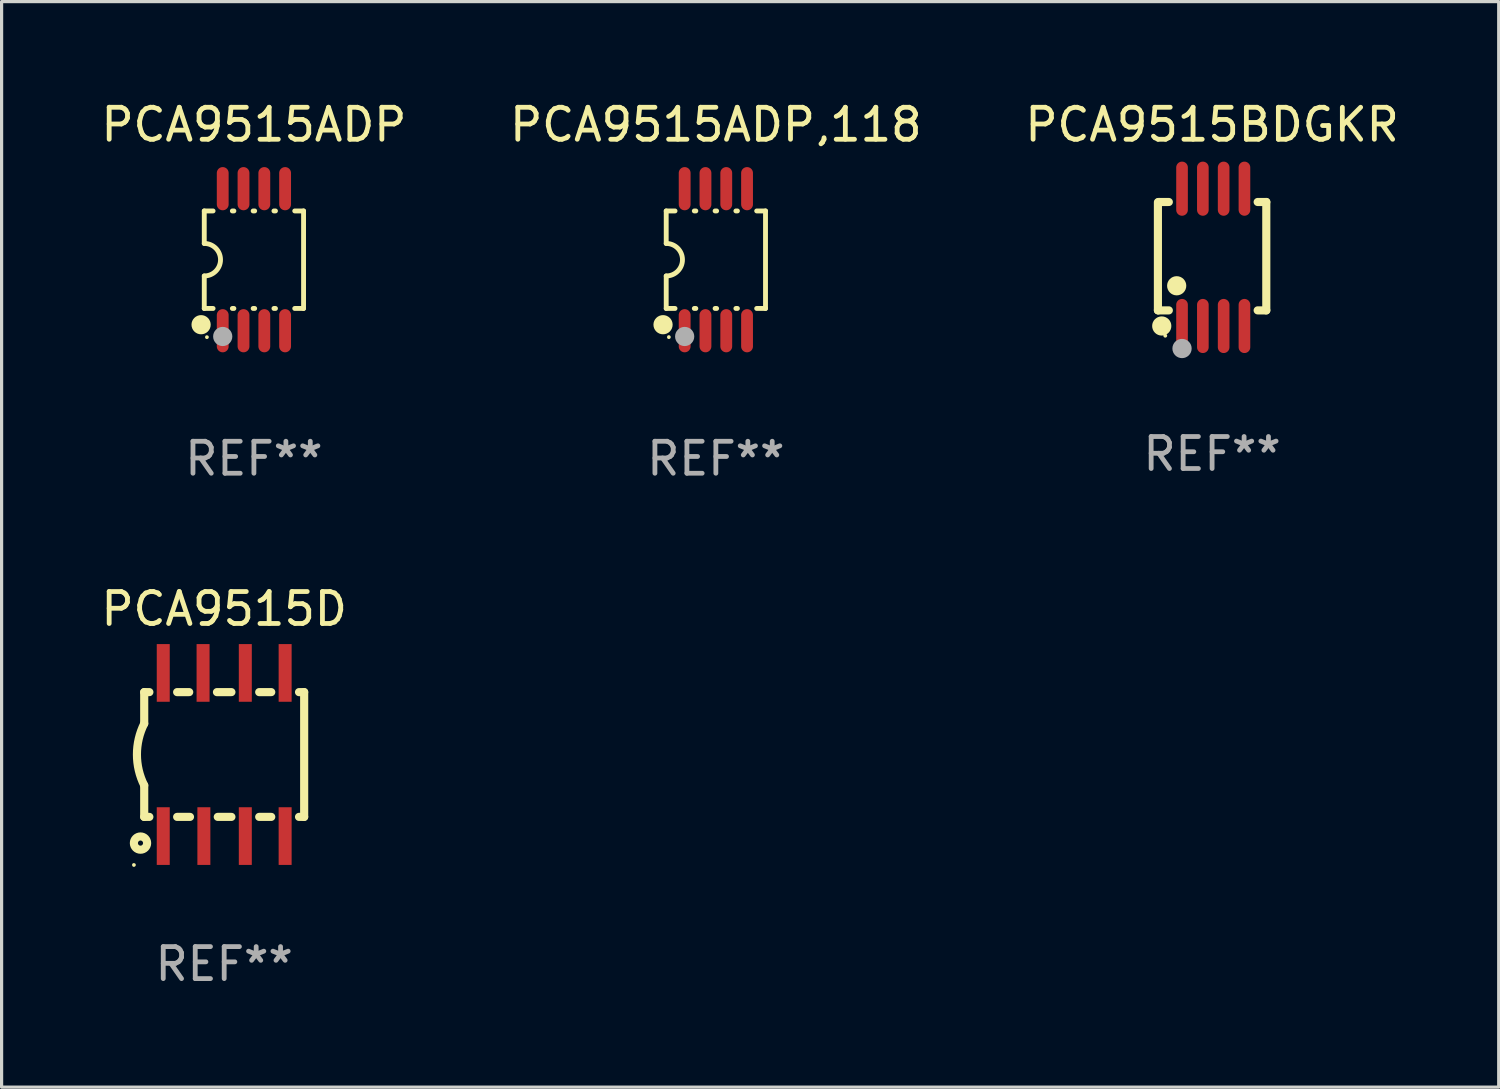
<source format=kicad_pcb>
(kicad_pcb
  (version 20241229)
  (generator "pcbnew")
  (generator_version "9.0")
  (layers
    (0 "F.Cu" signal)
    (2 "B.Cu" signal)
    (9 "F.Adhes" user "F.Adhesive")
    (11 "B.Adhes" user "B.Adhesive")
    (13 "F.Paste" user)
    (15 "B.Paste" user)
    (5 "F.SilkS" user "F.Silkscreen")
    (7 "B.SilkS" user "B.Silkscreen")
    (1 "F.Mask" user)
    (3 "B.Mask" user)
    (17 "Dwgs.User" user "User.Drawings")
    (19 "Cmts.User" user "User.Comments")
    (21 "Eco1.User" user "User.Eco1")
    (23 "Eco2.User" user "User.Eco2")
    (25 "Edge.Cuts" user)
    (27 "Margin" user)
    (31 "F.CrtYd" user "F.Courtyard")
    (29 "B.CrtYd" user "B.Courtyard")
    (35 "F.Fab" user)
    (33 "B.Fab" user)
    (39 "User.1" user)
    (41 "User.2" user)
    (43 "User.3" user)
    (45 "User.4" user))
  (footprint "PCA9515ADP"
    (layer "F.Cu")
    (at 4.887 5.068)
    (property "Reference" "PCA9515ADP" (at 0 -4.22 0) (layer "F.SilkS") (effects (font (size 1 1) (thickness 0.15))))
    (attr through_hole)
    (fp_line (start -1.552 -1.524) (end -1.276 -1.524) (stroke (width 0.152) (type solid)) (layer "F.SilkS"))
    (fp_line (start -1.552 -0.508) (end -1.552 -1.524) (stroke (width 0.152) (type solid)) (layer "F.SilkS"))
    (fp_line (start -1.552 1.524) (end -1.552 0.508) (stroke (width 0.152) (type solid)) (layer "F.SilkS"))
    (fp_line (start -1.552 1.524) (end -1.276 1.524) (stroke (width 0.152) (type solid)) (layer "F.SilkS"))
    (fp_line (start -0.674 -1.524) (end -0.626 -1.524) (stroke (width 0.152) (type solid)) (layer "F.SilkS"))
    (fp_line (start -0.674 1.524) (end -0.626 1.524) (stroke (width 0.152) (type solid)) (layer "F.SilkS"))
    (fp_line (start -0.024 -1.524) (end 0.024 -1.524) (stroke (width 0.152) (type solid)) (layer "F.SilkS"))
    (fp_line (start -0.024 1.524) (end 0.024 1.524) (stroke (width 0.152) (type solid)) (layer "F.SilkS"))
    (fp_line (start 0.626 -1.524) (end 0.674 -1.524) (stroke (width 0.152) (type solid)) (layer "F.SilkS"))
    (fp_line (start 0.626 1.524) (end 0.674 1.524) (stroke (width 0.152) (type solid)) (layer "F.SilkS"))
    (fp_line (start 1.276 1.524) (end 1.552 1.524) (stroke (width 0.152) (type solid)) (layer "F.SilkS"))
    (fp_line (start 1.276 -1.524) (end 1.552 -1.524) (stroke (width 0.152) (type solid)) (layer "F.SilkS"))
    (fp_line (start 1.552 -1.524) (end 1.552 1.524) (stroke (width 0.152) (type solid)) (layer "F.SilkS"))
    (fp_arc (start -1.551943 -0.508001) (mid -1.043942 0) (end -1.551943 0.508001) (stroke (width 0.151994) (type solid)) (layer "F.SilkS"))
    (fp_circle (center -1.651 2.032) (end -1.501 2.032) (stroke (width 0.3) (type solid)) (fill no) (layer "F.SilkS"))
    (fp_circle (center -1.47 2.42) (end -1.44 2.42) (stroke (width 0.06) (type solid)) (fill no) (layer "F.SilkS"))
    (fp_circle (center -0.975 2.4) (end -0.825 2.4) (stroke (width 0.3) (type solid)) (fill no) (layer "F.Fab"))
    (fp_text user "REF**" (at 0 6.22 0) (layer "F.Fab") (effects (font (size 1 1) (thickness 0.15))))
    (pad "1" smd oval (at -0.975 2.22) (size 0.37 1.35) (layers "F.Cu" "F.Mask" "F.Paste"))
    (pad "2" smd oval (at -0.325 2.22) (size 0.37 1.35) (layers "F.Cu" "F.Mask" "F.Paste"))
    (pad "3" smd oval (at 0.325 2.22) (size 0.37 1.35) (layers "F.Cu" "F.Mask" "F.Paste"))
    (pad "4" smd oval (at 0.975 2.22) (size 0.37 1.35) (layers "F.Cu" "F.Mask" "F.Paste"))
    (pad "5" smd oval (at 0.975 -2.22) (size 0.37 1.35) (layers "F.Cu" "F.Mask" "F.Paste"))
    (pad "6" smd oval (at 0.325 -2.22) (size 0.37 1.35) (layers "F.Cu" "F.Mask" "F.Paste"))
    (pad "7" smd oval (at -0.325 -2.22) (size 0.37 1.35) (layers "F.Cu" "F.Mask" "F.Paste"))
    (pad "8" smd oval (at -0.975 -2.22) (size 0.37 1.35) (layers "F.Cu" "F.Mask" "F.Paste")))
  (footprint "PCA9515ADP,118"
    (layer "F.Cu")
    (at 19.327 5.068)
    (property "Reference" "PCA9515ADP,118" (at 0 -4.22 0) (layer "F.SilkS") (effects (font (size 1 1) (thickness 0.15))))
    (attr through_hole)
    (fp_line (start -1.552 -1.524) (end -1.276 -1.524) (stroke (width 0.152) (type solid)) (layer "F.SilkS"))
    (fp_line (start -1.552 -0.508) (end -1.552 -1.524) (stroke (width 0.152) (type solid)) (layer "F.SilkS"))
    (fp_line (start -1.552 1.524) (end -1.552 0.508) (stroke (width 0.152) (type solid)) (layer "F.SilkS"))
    (fp_line (start -1.552 1.524) (end -1.276 1.524) (stroke (width 0.152) (type solid)) (layer "F.SilkS"))
    (fp_line (start -0.674 -1.524) (end -0.626 -1.524) (stroke (width 0.152) (type solid)) (layer "F.SilkS"))
    (fp_line (start -0.674 1.524) (end -0.626 1.524) (stroke (width 0.152) (type solid)) (layer "F.SilkS"))
    (fp_line (start -0.024 -1.524) (end 0.024 -1.524) (stroke (width 0.152) (type solid)) (layer "F.SilkS"))
    (fp_line (start -0.024 1.524) (end 0.024 1.524) (stroke (width 0.152) (type solid)) (layer "F.SilkS"))
    (fp_line (start 0.626 -1.524) (end 0.674 -1.524) (stroke (width 0.152) (type solid)) (layer "F.SilkS"))
    (fp_line (start 0.626 1.524) (end 0.674 1.524) (stroke (width 0.152) (type solid)) (layer "F.SilkS"))
    (fp_line (start 1.276 1.524) (end 1.552 1.524) (stroke (width 0.152) (type solid)) (layer "F.SilkS"))
    (fp_line (start 1.276 -1.524) (end 1.552 -1.524) (stroke (width 0.152) (type solid)) (layer "F.SilkS"))
    (fp_line (start 1.552 -1.524) (end 1.552 1.524) (stroke (width 0.152) (type solid)) (layer "F.SilkS"))
    (fp_arc (start -1.551943 -0.508001) (mid -1.043942 0) (end -1.551943 0.508001) (stroke (width 0.151994) (type solid)) (layer "F.SilkS"))
    (fp_circle (center -1.651 2.032) (end -1.501 2.032) (stroke (width 0.3) (type solid)) (fill no) (layer "F.SilkS"))
    (fp_circle (center -1.47 2.42) (end -1.44 2.42) (stroke (width 0.06) (type solid)) (fill no) (layer "F.SilkS"))
    (fp_circle (center -0.975 2.4) (end -0.825 2.4) (stroke (width 0.3) (type solid)) (fill no) (layer "F.Fab"))
    (fp_text user "REF**" (at 0 6.22 0) (layer "F.Fab") (effects (font (size 1 1) (thickness 0.15))))
    (pad "1" smd oval (at -0.975 2.22) (size 0.37 1.35) (layers "F.Cu" "F.Mask" "F.Paste"))
    (pad "2" smd oval (at -0.325 2.22) (size 0.37 1.35) (layers "F.Cu" "F.Mask" "F.Paste"))
    (pad "3" smd oval (at 0.325 2.22) (size 0.37 1.35) (layers "F.Cu" "F.Mask" "F.Paste"))
    (pad "4" smd oval (at 0.975 2.22) (size 0.37 1.35) (layers "F.Cu" "F.Mask" "F.Paste"))
    (pad "5" smd oval (at 0.975 -2.22) (size 0.37 1.35) (layers "F.Cu" "F.Mask" "F.Paste"))
    (pad "6" smd oval (at 0.325 -2.22) (size 0.37 1.35) (layers "F.Cu" "F.Mask" "F.Paste"))
    (pad "7" smd oval (at -0.325 -2.22) (size 0.37 1.35) (layers "F.Cu" "F.Mask" "F.Paste"))
    (pad "8" smd oval (at -0.975 -2.22) (size 0.37 1.35) (layers "F.Cu" "F.Mask" "F.Paste")))
  (footprint "PCA9515D"
    (layer "F.Cu")
    (at 3.958 20.535)
    (property "Reference" "PCA9515D" (at 0 -4.55 0) (layer "F.SilkS") (effects (font (size 1 1) (thickness 0.15))))
    (attr through_hole)
    (fp_line (start -2.5 -1.95) (end -2.5 -0.965) (stroke (width 0.254) (type solid)) (layer "F.SilkS"))
    (fp_line (start -2.5 -1.95) (end -2.339 -1.95) (stroke (width 0.254) (type solid)) (layer "F.SilkS"))
    (fp_line (start -2.5 1.95) (end -2.5 0.965) (stroke (width 0.254) (type solid)) (layer "F.SilkS"))
    (fp_line (start -2.5 1.95) (end -2.339 1.95) (stroke (width 0.254) (type solid)) (layer "F.SilkS"))
    (fp_line (start -1.471 -1.95) (end -1.094 -1.95) (stroke (width 0.254) (type solid)) (layer "F.SilkS"))
    (fp_line (start -1.471 1.95) (end -1.069 1.95) (stroke (width 0.254) (type solid)) (layer "F.SilkS"))
    (fp_line (start -0.226 -1.95) (end 0.226 -1.95) (stroke (width 0.254) (type solid)) (layer "F.SilkS"))
    (fp_line (start -0.201 1.95) (end 0.226 1.95) (stroke (width 0.254) (type solid)) (layer "F.SilkS"))
    (fp_line (start 1.094 -1.95) (end 1.471 -1.95) (stroke (width 0.254) (type solid)) (layer "F.SilkS"))
    (fp_line (start 1.094 1.95) (end 1.471 1.95) (stroke (width 0.254) (type solid)) (layer "F.SilkS"))
    (fp_line (start 2.339 -1.95) (end 2.5 -1.95) (stroke (width 0.254) (type solid)) (layer "F.SilkS"))
    (fp_line (start 2.339 1.95) (end 2.5 1.95) (stroke (width 0.254) (type solid)) (layer "F.SilkS"))
    (fp_line (start 2.5 1.95) (end 2.5 -1.95) (stroke (width 0.254) (type solid)) (layer "F.SilkS"))
    (fp_arc (start -2.499365 0.965202) (mid -2.727435 0.000075) (end -2.5 -0.965202) (stroke (width 0.254001) (type solid)) (layer "F.SilkS"))
    (fp_circle (center -2.823 3.452) (end -2.793 3.452) (stroke (width 0.06) (type solid)) (fill no) (layer "F.SilkS"))
    (fp_circle (center -2.616 2.769) (end -2.536 2.769) (stroke (width 0.254) (type solid)) (fill no) (layer "F.SilkS"))
    (fp_text user "REF**" (at 0 6.55 0) (layer "F.Fab") (effects (font (size 1 1) (thickness 0.15))))
    (pad "1" smd rect (at -1.905 2.55 90) (size 1.803 0.406) (layers "F.Cu" "F.Mask" "F.Paste"))
    (pad "2" smd rect (at -0.635 2.55 90) (size 1.803 0.406) (layers "F.Cu" "F.Mask" "F.Paste"))
    (pad "3" smd rect (at 0.66 2.55 90) (size 1.803 0.406) (layers "F.Cu" "F.Mask" "F.Paste"))
    (pad "4" smd rect (at 1.905 2.55 90) (size 1.803 0.406) (layers "F.Cu" "F.Mask" "F.Paste"))
    (pad "5" smd rect (at 1.905 -2.55 90) (size 1.803 0.406) (layers "F.Cu" "F.Mask" "F.Paste"))
    (pad "6" smd rect (at 0.66 -2.55 90) (size 1.803 0.406) (layers "F.Cu" "F.Mask" "F.Paste"))
    (pad "7" smd rect (at -0.66 -2.55 90) (size 1.803 0.406) (layers "F.Cu" "F.Mask" "F.Paste"))
    (pad "8" smd rect (at -1.905 -2.55 90) (size 1.803 0.406) (layers "F.Cu" "F.Mask" "F.Paste")))
  (footprint "PCA9515BDGKR"
    (layer "F.Cu")
    (at 34.839 4.994)
    (property "Reference" "PCA9515BDGKR" (at 0 -4.146 0) (layer "F.SilkS") (effects (font (size 1 1) (thickness 0.15))))
    (attr through_hole)
    (fp_line (start -1.694 -1.724) (end -1.694 1.652) (stroke (width 0.254) (type solid)) (layer "F.SilkS"))
    (fp_line (start -1.694 1.652) (end -1.688 1.658) (stroke (width 0.254) (type solid)) (layer "F.SilkS"))
    (fp_line (start -1.688 1.658) (end -1.353 1.658) (stroke (width 0.254) (type solid)) (layer "F.SilkS"))
    (fp_line (start -1.661 -1.73) (end -1.681 -1.71) (stroke (width 0.254) (type solid)) (layer "F.SilkS"))
    (fp_line (start -1.353 -1.73) (end -1.661 -1.73) (stroke (width 0.254) (type solid)) (layer "F.SilkS"))
    (fp_line (start 1.424 1.658) (end 1.694 1.658) (stroke (width 0.254) (type solid)) (layer "F.SilkS"))
    (fp_line (start 1.694 -1.73) (end 1.424 -1.73) (stroke (width 0.254) (type solid)) (layer "F.SilkS"))
    (fp_line (start 1.694 1.658) (end 1.694 -1.73) (stroke (width 0.254) (type solid)) (layer "F.SilkS"))
    (fp_circle (center -1.574 2.146) (end -1.424 2.146) (stroke (width 0.3) (type solid)) (fill no) (layer "F.SilkS"))
    (fp_circle (center -1.464 2.45) (end -1.434 2.45) (stroke (width 0.06) (type solid)) (fill no) (layer "F.SilkS"))
    (fp_circle (center -1.107 0.889) (end -0.957 0.889) (stroke (width 0.3) (type solid)) (fill no) (layer "F.SilkS"))
    (fp_circle (center -0.94 2.85) (end -0.789 2.85) (stroke (width 0.3) (type solid)) (fill no) (layer "F.Fab"))
    (fp_text user "REF**" (at 0 6.146 0) (layer "F.Fab") (effects (font (size 1 1) (thickness 0.15))))
    (pad "1" smd oval (at -0.94 2.146) (size 0.364 1.692) (layers "F.Cu" "F.Mask" "F.Paste"))
    (pad "2" smd oval (at -0.289 2.146) (size 0.364 1.692) (layers "F.Cu" "F.Mask" "F.Paste"))
    (pad "3" smd oval (at 0.361 2.146) (size 0.364 1.692) (layers "F.Cu" "F.Mask" "F.Paste"))
    (pad "4" smd oval (at 1.011 2.146) (size 0.364 1.692) (layers "F.Cu" "F.Mask" "F.Paste"))
    (pad "5" smd oval (at 1.011 -2.146) (size 0.364 1.692) (layers "F.Cu" "F.Mask" "F.Paste"))
    (pad "6" smd oval (at 0.361 -2.146) (size 0.364 1.692) (layers "F.Cu" "F.Mask" "F.Paste"))
    (pad "7" smd oval (at -0.289 -2.146) (size 0.364 1.692) (layers "F.Cu" "F.Mask" "F.Paste"))
    (pad "8" smd oval (at -0.94 -2.146) (size 0.364 1.692) (layers "F.Cu" "F.Mask" "F.Paste")))
  (gr_rect
    (start -3 -3)
    (end 43.798 30.933)
    (stroke (width 0.1) (type default))
    (fill no)
    (layer "Edge.Cuts")))
</source>
